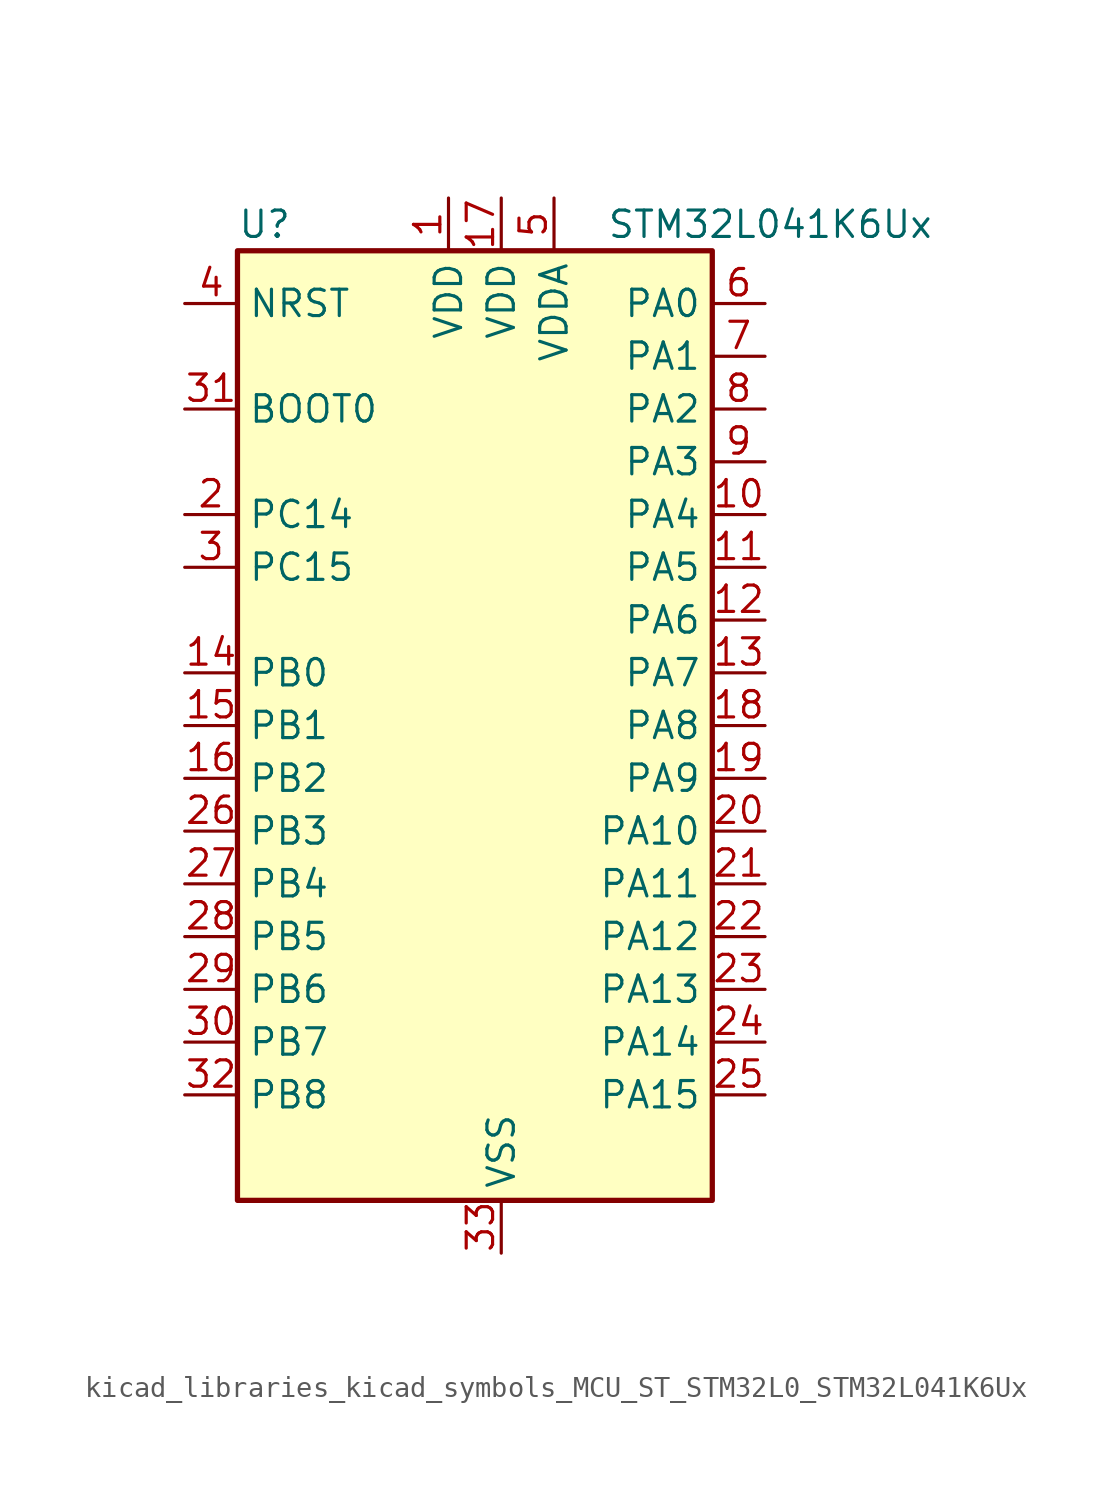
<source format=kicad_sym>
(kicad_symbol_lib
  (version 20220914)
  (generator kicad_symbol_editor)
  (symbol "kicad_libraries_kicad_symbols_MCU_ST_STM32L0_STM32L041K6Ux"
    (property "Reference" "U"
      (at -10.16 24.13 0)
      (effects (font (size 1.27 1.27)) (justify left)))
    (property "Value" "STM32L041K6Ux"
      (at 7.62 24.13 0)
      (effects (font (size 1.27 1.27)) (justify left)))
    (property "ki_locked" ""
      (at 0 0 0)
      (effects (font (size 1.27 1.27))))
    (symbol "kicad_libraries_kicad_symbols_MCU_ST_STM32L0_STM32L041K6Ux_0_1"
      (rectangle (start -10.16 -22.86) (end 12.7 22.86) (stroke (width 0.254) (type default)) (fill (type background))))
    (symbol "kicad_libraries_kicad_symbols_MCU_ST_STM32L0_STM32L041K6Ux_1_1"
      (pin power_in line (at 0 25.4 270) (length 2.54) (name "VDD" (effects (font (size 1.27 1.27)))) (number "1" (effects (font (size 1.27 1.27)))))
      (pin bidirectional line (at 15.24 10.16 180) (length 2.54) (name "PA4" (effects (font (size 1.27 1.27)))) (number "10" (effects (font (size 1.27 1.27)))) (alternate "ADC_IN4" bidirectional line) (alternate "COMP1_INM" bidirectional line) (alternate "COMP2_INM" bidirectional line) (alternate "LPTIM1_IN1" bidirectional line) (alternate "SPI1_NSS" bidirectional line) (alternate "TIM22_ETR" bidirectional line) (alternate "USART2_CK" bidirectional line))
      (pin bidirectional line (at 15.24 7.62 180) (length 2.54) (name "PA5" (effects (font (size 1.27 1.27)))) (number "11" (effects (font (size 1.27 1.27)))) (alternate "ADC_IN5" bidirectional line) (alternate "COMP1_INM" bidirectional line) (alternate "COMP2_INM" bidirectional line) (alternate "LPTIM1_IN2" bidirectional line) (alternate "SPI1_SCK" bidirectional line) (alternate "TIM2_CH1" bidirectional line) (alternate "TIM2_ETR" bidirectional line))
      (pin bidirectional line (at 15.24 5.08 180) (length 2.54) (name "PA6" (effects (font (size 1.27 1.27)))) (number "12" (effects (font (size 1.27 1.27)))) (alternate "ADC_IN6" bidirectional line) (alternate "COMP1_OUT" bidirectional line) (alternate "LPTIM1_ETR" bidirectional line) (alternate "LPUART1_CTS" bidirectional line) (alternate "SPI1_MISO" bidirectional line) (alternate "TIM22_CH1" bidirectional line))
      (pin bidirectional line (at 15.24 2.54 180) (length 2.54) (name "PA7" (effects (font (size 1.27 1.27)))) (number "13" (effects (font (size 1.27 1.27)))) (alternate "ADC_IN7" bidirectional line) (alternate "COMP2_OUT" bidirectional line) (alternate "LPTIM1_OUT" bidirectional line) (alternate "SPI1_MOSI" bidirectional line) (alternate "TIM22_CH2" bidirectional line) (alternate "USART2_CTS" bidirectional line))
      (pin bidirectional line (at -12.7 2.54 0) (length 2.54) (name "PB0" (effects (font (size 1.27 1.27)))) (number "14" (effects (font (size 1.27 1.27)))) (alternate "ADC_IN8" bidirectional line) (alternate "SPI1_MISO" bidirectional line) (alternate "SYS_VREF_OUT_PB0" bidirectional line) (alternate "TIM2_CH3" bidirectional line) (alternate "USART2_DE" bidirectional line) (alternate "USART2_RTS" bidirectional line))
      (pin bidirectional line (at -12.7 0 0) (length 2.54) (name "PB1" (effects (font (size 1.27 1.27)))) (number "15" (effects (font (size 1.27 1.27)))) (alternate "ADC_IN9" bidirectional line) (alternate "LPUART1_DE" bidirectional line) (alternate "LPUART1_RTS" bidirectional line) (alternate "SPI1_MOSI" bidirectional line) (alternate "SYS_VREF_OUT_PB1" bidirectional line) (alternate "TIM2_CH4" bidirectional line) (alternate "USART2_CK" bidirectional line))
      (pin bidirectional line (at -12.7 -2.54 0) (length 2.54) (name "PB2" (effects (font (size 1.27 1.27)))) (number "16" (effects (font (size 1.27 1.27)))) (alternate "LPTIM1_OUT" bidirectional line))
      (pin power_in line (at 2.54 25.4 270) (length 2.54) (name "VDD" (effects (font (size 1.27 1.27)))) (number "17" (effects (font (size 1.27 1.27)))))
      (pin bidirectional line (at 15.24 0 180) (length 2.54) (name "PA8" (effects (font (size 1.27 1.27)))) (number "18" (effects (font (size 1.27 1.27)))) (alternate "LPTIM1_IN1" bidirectional line) (alternate "RCC_MCO" bidirectional line) (alternate "TIM2_CH1" bidirectional line) (alternate "USART2_CK" bidirectional line))
      (pin bidirectional line (at 15.24 -2.54 180) (length 2.54) (name "PA9" (effects (font (size 1.27 1.27)))) (number "19" (effects (font (size 1.27 1.27)))) (alternate "I2C1_SCL" bidirectional line) (alternate "RCC_MCO" bidirectional line) (alternate "TIM22_CH1" bidirectional line) (alternate "USART2_TX" bidirectional line))
      (pin bidirectional line (at -12.7 10.16 0) (length 2.54) (name "PC14" (effects (font (size 1.27 1.27)))) (number "2" (effects (font (size 1.27 1.27)))) (alternate "RCC_OSC32_IN" bidirectional line))
      (pin bidirectional line (at 15.24 -5.08 180) (length 2.54) (name "PA10" (effects (font (size 1.27 1.27)))) (number "20" (effects (font (size 1.27 1.27)))) (alternate "I2C1_SDA" bidirectional line) (alternate "TIM22_CH2" bidirectional line) (alternate "USART2_RX" bidirectional line))
      (pin bidirectional line (at 15.24 -7.62 180) (length 2.54) (name "PA11" (effects (font (size 1.27 1.27)))) (number "21" (effects (font (size 1.27 1.27)))) (alternate "ADC_EXTI11" bidirectional line) (alternate "COMP1_OUT" bidirectional line) (alternate "SPI1_MISO" bidirectional line) (alternate "TIM21_CH2" bidirectional line) (alternate "USART2_CTS" bidirectional line))
      (pin bidirectional line (at 15.24 -10.16 180) (length 2.54) (name "PA12" (effects (font (size 1.27 1.27)))) (number "22" (effects (font (size 1.27 1.27)))) (alternate "COMP2_OUT" bidirectional line) (alternate "SPI1_MOSI" bidirectional line) (alternate "USART2_DE" bidirectional line) (alternate "USART2_RTS" bidirectional line))
      (pin bidirectional line (at 15.24 -12.7 180) (length 2.54) (name "PA13" (effects (font (size 1.27 1.27)))) (number "23" (effects (font (size 1.27 1.27)))) (alternate "LPTIM1_ETR" bidirectional line) (alternate "LPUART1_RX" bidirectional line) (alternate "SYS_SWDIO" bidirectional line))
      (pin bidirectional line (at 15.24 -15.24 180) (length 2.54) (name "PA14" (effects (font (size 1.27 1.27)))) (number "24" (effects (font (size 1.27 1.27)))) (alternate "I2C1_SMBA" bidirectional line) (alternate "LPTIM1_OUT" bidirectional line) (alternate "LPUART1_TX" bidirectional line) (alternate "SYS_SWCLK" bidirectional line) (alternate "USART2_TX" bidirectional line))
      (pin bidirectional line (at 15.24 -17.78 180) (length 2.54) (name "PA15" (effects (font (size 1.27 1.27)))) (number "25" (effects (font (size 1.27 1.27)))) (alternate "SPI1_NSS" bidirectional line) (alternate "TIM2_CH1" bidirectional line) (alternate "TIM2_ETR" bidirectional line) (alternate "USART2_RX" bidirectional line))
      (pin bidirectional line (at -12.7 -5.08 0) (length 2.54) (name "PB3" (effects (font (size 1.27 1.27)))) (number "26" (effects (font (size 1.27 1.27)))) (alternate "COMP2_INM" bidirectional line) (alternate "SPI1_SCK" bidirectional line) (alternate "TIM2_CH2" bidirectional line))
      (pin bidirectional line (at -12.7 -7.62 0) (length 2.54) (name "PB4" (effects (font (size 1.27 1.27)))) (number "27" (effects (font (size 1.27 1.27)))) (alternate "COMP2_INP" bidirectional line) (alternate "SPI1_MISO" bidirectional line) (alternate "TIM22_CH1" bidirectional line))
      (pin bidirectional line (at -12.7 -10.16 0) (length 2.54) (name "PB5" (effects (font (size 1.27 1.27)))) (number "28" (effects (font (size 1.27 1.27)))) (alternate "COMP2_INP" bidirectional line) (alternate "I2C1_SMBA" bidirectional line) (alternate "LPTIM1_IN1" bidirectional line) (alternate "SPI1_MOSI" bidirectional line) (alternate "TIM22_CH2" bidirectional line))
      (pin bidirectional line (at -12.7 -12.7 0) (length 2.54) (name "PB6" (effects (font (size 1.27 1.27)))) (number "29" (effects (font (size 1.27 1.27)))) (alternate "COMP2_INP" bidirectional line) (alternate "I2C1_SCL" bidirectional line) (alternate "LPTIM1_ETR" bidirectional line) (alternate "TIM21_CH1" bidirectional line) (alternate "USART2_TX" bidirectional line))
      (pin bidirectional line (at -12.7 7.62 0) (length 2.54) (name "PC15" (effects (font (size 1.27 1.27)))) (number "3" (effects (font (size 1.27 1.27)))) (alternate "RCC_OSC32_OUT" bidirectional line))
      (pin bidirectional line (at -12.7 -15.24 0) (length 2.54) (name "PB7" (effects (font (size 1.27 1.27)))) (number "30" (effects (font (size 1.27 1.27)))) (alternate "COMP2_INP" bidirectional line) (alternate "I2C1_SDA" bidirectional line) (alternate "LPTIM1_IN2" bidirectional line) (alternate "SYS_PVD_IN" bidirectional line) (alternate "USART2_RX" bidirectional line))
      (pin input line (at -12.7 15.24 0) (length 2.54) (name "BOOT0" (effects (font (size 1.27 1.27)))) (number "31" (effects (font (size 1.27 1.27)))))
      (pin bidirectional line (at -12.7 -17.78 0) (length 2.54) (name "PB8" (effects (font (size 1.27 1.27)))) (number "32" (effects (font (size 1.27 1.27)))) (alternate "I2C1_SCL" bidirectional line))
      (pin power_in line (at 2.54 -25.4 90) (length 2.54) (name "VSS" (effects (font (size 1.27 1.27)))) (number "33" (effects (font (size 1.27 1.27)))))
      (pin input line (at -12.7 20.32 0) (length 2.54) (name "NRST" (effects (font (size 1.27 1.27)))) (number "4" (effects (font (size 1.27 1.27)))))
      (pin power_in line (at 5.08 25.4 270) (length 2.54) (name "VDDA" (effects (font (size 1.27 1.27)))) (number "5" (effects (font (size 1.27 1.27)))))
      (pin bidirectional line (at 15.24 20.32 180) (length 2.54) (name "PA0" (effects (font (size 1.27 1.27)))) (number "6" (effects (font (size 1.27 1.27)))) (alternate "ADC_IN0" bidirectional line) (alternate "COMP1_INM" bidirectional line) (alternate "COMP1_OUT" bidirectional line) (alternate "LPTIM1_IN1" bidirectional line) (alternate "RCC_CK_IN" bidirectional line) (alternate "RTC_TAMP2" bidirectional line) (alternate "SYS_WKUP1" bidirectional line) (alternate "TIM2_CH1" bidirectional line) (alternate "TIM2_ETR" bidirectional line) (alternate "USART2_CTS" bidirectional line))
      (pin bidirectional line (at 15.24 17.78 180) (length 2.54) (name "PA1" (effects (font (size 1.27 1.27)))) (number "7" (effects (font (size 1.27 1.27)))) (alternate "ADC_IN1" bidirectional line) (alternate "COMP1_INP" bidirectional line) (alternate "I2C1_SMBA" bidirectional line) (alternate "LPTIM1_IN2" bidirectional line) (alternate "TIM21_ETR" bidirectional line) (alternate "TIM2_CH2" bidirectional line) (alternate "USART2_DE" bidirectional line) (alternate "USART2_RTS" bidirectional line))
      (pin bidirectional line (at 15.24 15.24 180) (length 2.54) (name "PA2" (effects (font (size 1.27 1.27)))) (number "8" (effects (font (size 1.27 1.27)))) (alternate "ADC_IN2" bidirectional line) (alternate "COMP2_INM" bidirectional line) (alternate "COMP2_OUT" bidirectional line) (alternate "LPUART1_TX" bidirectional line) (alternate "RTC_OUT_ALARM" bidirectional line) (alternate "RTC_OUT_CALIB" bidirectional line) (alternate "RTC_TAMP3" bidirectional line) (alternate "RTC_TS" bidirectional line) (alternate "SYS_WKUP3" bidirectional line) (alternate "TIM21_CH1" bidirectional line) (alternate "TIM2_CH3" bidirectional line) (alternate "USART2_TX" bidirectional line))
      (pin bidirectional line (at 15.24 12.7 180) (length 2.54) (name "PA3" (effects (font (size 1.27 1.27)))) (number "9" (effects (font (size 1.27 1.27)))) (alternate "ADC_IN3" bidirectional line) (alternate "COMP2_INP" bidirectional line) (alternate "LPUART1_RX" bidirectional line) (alternate "TIM21_CH2" bidirectional line) (alternate "TIM2_CH4" bidirectional line) (alternate "USART2_RX" bidirectional line)))))
</source>
